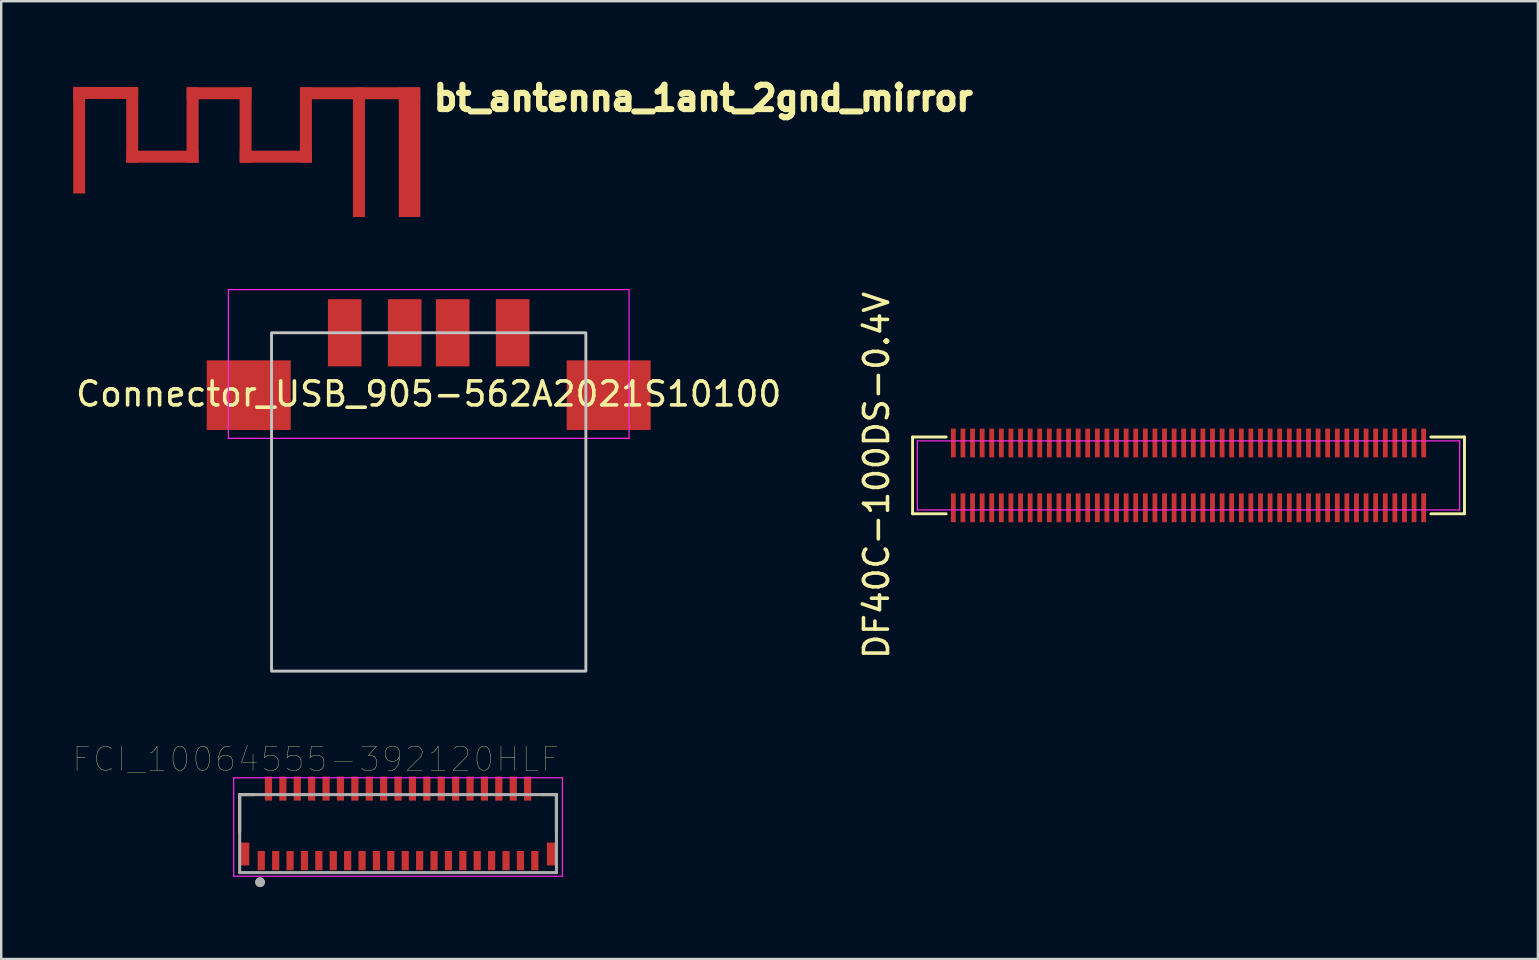
<source format=kicad_pcb>
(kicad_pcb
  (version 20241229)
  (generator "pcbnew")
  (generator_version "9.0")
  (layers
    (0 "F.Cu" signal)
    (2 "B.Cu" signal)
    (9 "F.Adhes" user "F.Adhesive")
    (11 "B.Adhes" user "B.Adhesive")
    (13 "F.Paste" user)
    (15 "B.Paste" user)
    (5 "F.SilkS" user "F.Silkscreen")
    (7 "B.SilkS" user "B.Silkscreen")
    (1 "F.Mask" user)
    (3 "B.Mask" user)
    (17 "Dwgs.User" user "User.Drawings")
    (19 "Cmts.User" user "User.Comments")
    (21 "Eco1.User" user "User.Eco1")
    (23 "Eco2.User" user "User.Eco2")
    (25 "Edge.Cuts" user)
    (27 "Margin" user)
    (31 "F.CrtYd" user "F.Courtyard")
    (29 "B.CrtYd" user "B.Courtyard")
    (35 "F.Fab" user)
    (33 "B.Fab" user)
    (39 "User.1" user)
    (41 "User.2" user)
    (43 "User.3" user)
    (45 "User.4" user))
  (footprint "bt_antenna_1ant_2gnd_mirror"
    (layer "F.Cu")
    (at 8.607 5.485)
    (property "Reference" "bt_antenna_1ant_2gnd_mirror" (at 17.653 -4.445 0) (layer "F.SilkS") (effects (font (size 1.016 1.016) (thickness 0.254))))
    (attr through_hole)
    (pad "0" smd rect (at -8.357 -2.692) (size 0.5 4.44) (layers "F.Cu"))
    (pad "0" smd rect (at -7.252 -4.661 90) (size 0.5 2.7) (layers "F.Cu"))
    (pad "0" smd rect (at -6.147 -3.327) (size 0.5 3.14) (layers "F.Cu"))
    (pad "0" smd rect (at -4.889 -2.007 90) (size 0.5 3) (layers "F.Cu"))
    (pad "0" smd rect (at -3.632 -3.327) (size 0.5 3.14) (layers "F.Cu"))
    (pad "0" smd rect (at -2.527 -4.648 90) (size 0.5 2.7) (layers "F.Cu"))
    (pad "0" smd rect (at -1.422 -3.327) (size 0.5 3.14) (layers "F.Cu"))
    (pad "0" smd rect (at -0.165 -2.007 90) (size 0.5 3) (layers "F.Cu"))
    (pad "0" smd rect (at 1.092 -3.327) (size 0.5 3.14) (layers "F.Cu"))
    (pad "0" smd rect (at 3.353 -4.648 90) (size 0.5 5) (layers "F.Cu"))
    (pad "1" smd rect (at 3.302 -2.192) (size 0.5 5.4) (layers "F.Cu"))
    (pad "2" smd rect (at 5.41 -2.192) (size 0.9 5.4) (layers "F.Cu")))
  (footprint "Connector_USB_905-562A2021S10100"
    (layer "F.Cu")
    (at 14.815 10.818)
    (property "Reference" "Connector_USB_905-562A2021S10100" (at 0 2.55 0) (layer "F.SilkS") (effects (font (size 1 1) (thickness 0.15))))
    (attr through_hole)
    (fp_rect (start -6.55 0) (end 6.55 14.1) (stroke (width 0.12) (type solid)) (fill no) (layer "Dwgs.User"))
    (fp_line (start -8.35 -1.8) (end -8.35 4.4) (stroke (width 0.05) (type solid)) (layer "F.CrtYd"))
    (fp_line (start -8.35 -1.8) (end 8.35 -1.8) (stroke (width 0.05) (type solid)) (layer "F.CrtYd"))
    (fp_line (start -8.35 4.4) (end 8.35 4.4) (stroke (width 0.05) (type solid)) (layer "F.CrtYd"))
    (fp_line (start 8.35 -1.8) (end 8.35 4.4) (stroke (width 0.05) (type solid)) (layer "F.CrtYd"))
    (pad "1" smd rect (at -3.5 0) (size 1.4 2.8) (layers "F.Cu" "F.Mask" "F.Paste"))
    (pad "2" smd rect (at -1 0) (size 1.4 2.8) (layers "F.Cu" "F.Mask" "F.Paste"))
    (pad "3" smd rect (at 1 0) (size 1.4 2.8) (layers "F.Cu" "F.Mask" "F.Paste"))
    (pad "4" smd rect (at 3.5 0) (size 1.4 2.8) (layers "F.Cu" "F.Mask" "F.Paste"))
    (pad "5" smd rect (at -7.5 2.6) (size 3.5 2.9) (layers "F.Cu" "F.Mask" "F.Paste"))
    (pad "5" smd rect (at 7.5 2.6) (size 3.5 2.9) (layers "F.Cu" "F.Mask" "F.Paste")))
  (footprint "DF40C-100DS-0.4V"
    (layer "F.Cu")
    (at 46.479 16.761)
    (property "Reference" "DF40C-100DS-0.4V" (at -13 0 90) (layer "F.SilkS") (effects (font (size 1 1) (thickness 0.15))))
    (attr smd)
    (fp_line (start -11.5 -1.6) (end -10.1 -1.6) (stroke (width 0.12) (type default)) (layer "F.SilkS"))
    (fp_line (start -11.5 1.6) (end -11.5 -1.6) (stroke (width 0.12) (type default)) (layer "F.SilkS"))
    (fp_line (start -10.1 1.6) (end -11.5 1.6) (stroke (width 0.12) (type default)) (layer "F.SilkS"))
    (fp_line (start 10.1 -1.6) (end 11.5 -1.6) (stroke (width 0.12) (type default)) (layer "F.SilkS"))
    (fp_line (start 11.5 -1.6) (end 11.5 1.6) (stroke (width 0.12) (type default)) (layer "F.SilkS"))
    (fp_line (start 11.5 1.6) (end 10.1 1.6) (stroke (width 0.12) (type default)) (layer "F.SilkS"))
    (fp_line (start -11.3 -1.44) (end 11.3 -1.44) (stroke (width 0.05) (type default)) (layer "F.CrtYd"))
    (fp_line (start -11.3 1.44) (end -11.3 -1.44) (stroke (width 0.05) (type default)) (layer "F.CrtYd"))
    (fp_line (start 11.3 -1.44) (end 11.3 1.44) (stroke (width 0.05) (type default)) (layer "F.CrtYd"))
    (fp_line (start 11.3 1.44) (end -11.3 1.44) (stroke (width 0.05) (type default)) (layer "F.CrtYd"))
    (pad "1" smd rect (at -9.8 1.35) (size 0.2 1.2) (layers "F.Cu" "F.Mask" "F.Paste"))
    (pad "2" smd rect (at -9.4 1.35) (size 0.2 1.2) (layers "F.Cu" "F.Mask" "F.Paste"))
    (pad "3" smd rect (at -9 1.35) (size 0.2 1.2) (layers "F.Cu" "F.Mask" "F.Paste"))
    (pad "4" smd rect (at -8.6 1.35) (size 0.2 1.2) (layers "F.Cu" "F.Mask" "F.Paste"))
    (pad "5" smd rect (at -8.2 1.35) (size 0.2 1.2) (layers "F.Cu" "F.Mask" "F.Paste"))
    (pad "6" smd rect (at -7.8 1.35) (size 0.2 1.2) (layers "F.Cu" "F.Mask" "F.Paste"))
    (pad "7" smd rect (at -7.4 1.35) (size 0.2 1.2) (layers "F.Cu" "F.Mask" "F.Paste"))
    (pad "8" smd rect (at -7 1.35) (size 0.2 1.2) (layers "F.Cu" "F.Mask" "F.Paste"))
    (pad "9" smd rect (at -6.6 1.35) (size 0.2 1.2) (layers "F.Cu" "F.Mask" "F.Paste"))
    (pad "10" smd rect (at -6.2 1.35) (size 0.2 1.2) (layers "F.Cu" "F.Mask" "F.Paste"))
    (pad "11" smd rect (at -5.8 1.35) (size 0.2 1.2) (layers "F.Cu" "F.Mask" "F.Paste"))
    (pad "12" smd rect (at -5.4 1.35) (size 0.2 1.2) (layers "F.Cu" "F.Mask" "F.Paste"))
    (pad "13" smd rect (at -5 1.35) (size 0.2 1.2) (layers "F.Cu" "F.Mask" "F.Paste"))
    (pad "14" smd rect (at -4.6 1.35) (size 0.2 1.2) (layers "F.Cu" "F.Mask" "F.Paste"))
    (pad "15" smd rect (at -4.2 1.35) (size 0.2 1.2) (layers "F.Cu" "F.Mask" "F.Paste"))
    (pad "16" smd rect (at -3.8 1.35) (size 0.2 1.2) (layers "F.Cu" "F.Mask" "F.Paste"))
    (pad "17" smd rect (at -3.4 1.35) (size 0.2 1.2) (layers "F.Cu" "F.Mask" "F.Paste"))
    (pad "18" smd rect (at -3 1.35) (size 0.2 1.2) (layers "F.Cu" "F.Mask" "F.Paste"))
    (pad "19" smd rect (at -2.6 1.35) (size 0.2 1.2) (layers "F.Cu" "F.Mask" "F.Paste"))
    (pad "20" smd rect (at -2.2 1.35) (size 0.2 1.2) (layers "F.Cu" "F.Mask" "F.Paste"))
    (pad "21" smd rect (at -1.8 1.35) (size 0.2 1.2) (layers "F.Cu" "F.Mask" "F.Paste"))
    (pad "22" smd rect (at -1.4 1.35) (size 0.2 1.2) (layers "F.Cu" "F.Mask" "F.Paste"))
    (pad "23" smd rect (at -1 1.35) (size 0.2 1.2) (layers "F.Cu" "F.Mask" "F.Paste"))
    (pad "24" smd rect (at -0.6 1.35) (size 0.2 1.2) (layers "F.Cu" "F.Mask" "F.Paste"))
    (pad "25" smd rect (at -0.2 1.35) (size 0.2 1.2) (layers "F.Cu" "F.Mask" "F.Paste"))
    (pad "26" smd rect (at 0.2 1.35) (size 0.2 1.2) (layers "F.Cu" "F.Mask" "F.Paste"))
    (pad "27" smd rect (at 0.6 1.35) (size 0.2 1.2) (layers "F.Cu" "F.Mask" "F.Paste"))
    (pad "28" smd rect (at 1 1.35) (size 0.2 1.2) (layers "F.Cu" "F.Mask" "F.Paste"))
    (pad "29" smd rect (at 1.4 1.35) (size 0.2 1.2) (layers "F.Cu" "F.Mask" "F.Paste"))
    (pad "30" smd rect (at 1.8 1.35) (size 0.2 1.2) (layers "F.Cu" "F.Mask" "F.Paste"))
    (pad "31" smd rect (at 2.2 1.35) (size 0.2 1.2) (layers "F.Cu" "F.Mask" "F.Paste"))
    (pad "32" smd rect (at 2.6 1.35) (size 0.2 1.2) (layers "F.Cu" "F.Mask" "F.Paste"))
    (pad "33" smd rect (at 3 1.35) (size 0.2 1.2) (layers "F.Cu" "F.Mask" "F.Paste"))
    (pad "34" smd rect (at 3.4 1.35) (size 0.2 1.2) (layers "F.Cu" "F.Mask" "F.Paste"))
    (pad "35" smd rect (at 3.8 1.35) (size 0.2 1.2) (layers "F.Cu" "F.Mask" "F.Paste"))
    (pad "36" smd rect (at 4.2 1.35) (size 0.2 1.2) (layers "F.Cu" "F.Mask" "F.Paste"))
    (pad "37" smd rect (at 4.6 1.35) (size 0.2 1.2) (layers "F.Cu" "F.Mask" "F.Paste"))
    (pad "38" smd rect (at 5 1.35) (size 0.2 1.2) (layers "F.Cu" "F.Mask" "F.Paste"))
    (pad "39" smd rect (at 5.4 1.35) (size 0.2 1.2) (layers "F.Cu" "F.Mask" "F.Paste"))
    (pad "40" smd rect (at 5.8 1.35) (size 0.2 1.2) (layers "F.Cu" "F.Mask" "F.Paste"))
    (pad "41" smd rect (at 6.2 1.35) (size 0.2 1.2) (layers "F.Cu" "F.Mask" "F.Paste"))
    (pad "42" smd rect (at 6.6 1.35) (size 0.2 1.2) (layers "F.Cu" "F.Mask" "F.Paste"))
    (pad "43" smd rect (at 7 1.35) (size 0.2 1.2) (layers "F.Cu" "F.Mask" "F.Paste"))
    (pad "44" smd rect (at 7.4 1.35) (size 0.2 1.2) (layers "F.Cu" "F.Mask" "F.Paste"))
    (pad "45" smd rect (at 7.8 1.35) (size 0.2 1.2) (layers "F.Cu" "F.Mask" "F.Paste"))
    (pad "46" smd rect (at 8.2 1.35) (size 0.2 1.2) (layers "F.Cu" "F.Mask" "F.Paste"))
    (pad "47" smd rect (at 8.6 1.35) (size 0.2 1.2) (layers "F.Cu" "F.Mask" "F.Paste"))
    (pad "48" smd rect (at 9 1.35) (size 0.2 1.2) (layers "F.Cu" "F.Mask" "F.Paste"))
    (pad "49" smd rect (at 9.4 1.35) (size 0.2 1.2) (layers "F.Cu" "F.Mask" "F.Paste"))
    (pad "50" smd rect (at 9.8 1.35) (size 0.2 1.2) (layers "F.Cu" "F.Mask" "F.Paste"))
    (pad "51" smd rect (at 9.8 -1.35) (size 0.2 1.2) (layers "F.Cu" "F.Mask" "F.Paste"))
    (pad "52" smd rect (at 9.4 -1.35) (size 0.2 1.2) (layers "F.Cu" "F.Mask" "F.Paste"))
    (pad "53" smd rect (at 9 -1.35) (size 0.2 1.2) (layers "F.Cu" "F.Mask" "F.Paste"))
    (pad "54" smd rect (at 8.6 -1.35) (size 0.2 1.2) (layers "F.Cu" "F.Mask" "F.Paste"))
    (pad "55" smd rect (at 8.2 -1.35) (size 0.2 1.2) (layers "F.Cu" "F.Mask" "F.Paste"))
    (pad "56" smd rect (at 7.8 -1.35) (size 0.2 1.2) (layers "F.Cu" "F.Mask" "F.Paste"))
    (pad "57" smd rect (at 7.4 -1.35) (size 0.2 1.2) (layers "F.Cu" "F.Mask" "F.Paste"))
    (pad "58" smd rect (at 7 -1.35) (size 0.2 1.2) (layers "F.Cu" "F.Mask" "F.Paste"))
    (pad "59" smd rect (at 6.6 -1.35) (size 0.2 1.2) (layers "F.Cu" "F.Mask" "F.Paste"))
    (pad "60" smd rect (at 6.2 -1.35) (size 0.2 1.2) (layers "F.Cu" "F.Mask" "F.Paste"))
    (pad "61" smd rect (at 5.8 -1.35) (size 0.2 1.2) (layers "F.Cu" "F.Mask" "F.Paste"))
    (pad "62" smd rect (at 5.4 -1.35) (size 0.2 1.2) (layers "F.Cu" "F.Mask" "F.Paste"))
    (pad "63" smd rect (at 5 -1.35) (size 0.2 1.2) (layers "F.Cu" "F.Mask" "F.Paste"))
    (pad "64" smd rect (at 4.6 -1.35) (size 0.2 1.2) (layers "F.Cu" "F.Mask" "F.Paste"))
    (pad "65" smd rect (at 4.2 -1.35) (size 0.2 1.2) (layers "F.Cu" "F.Mask" "F.Paste"))
    (pad "66" smd rect (at 3.8 -1.35) (size 0.2 1.2) (layers "F.Cu" "F.Mask" "F.Paste"))
    (pad "67" smd rect (at 3.4 -1.35) (size 0.2 1.2) (layers "F.Cu" "F.Mask" "F.Paste"))
    (pad "68" smd rect (at 3 -1.35) (size 0.2 1.2) (layers "F.Cu" "F.Mask" "F.Paste"))
    (pad "69" smd rect (at 2.6 -1.35) (size 0.2 1.2) (layers "F.Cu" "F.Mask" "F.Paste"))
    (pad "70" smd rect (at 2.2 -1.35) (size 0.2 1.2) (layers "F.Cu" "F.Mask" "F.Paste"))
    (pad "71" smd rect (at 1.8 -1.35) (size 0.2 1.2) (layers "F.Cu" "F.Mask" "F.Paste"))
    (pad "72" smd rect (at 1.4 -1.35) (size 0.2 1.2) (layers "F.Cu" "F.Mask" "F.Paste"))
    (pad "73" smd rect (at 1 -1.35) (size 0.2 1.2) (layers "F.Cu" "F.Mask" "F.Paste"))
    (pad "74" smd rect (at 0.6 -1.35) (size 0.2 1.2) (layers "F.Cu" "F.Mask" "F.Paste"))
    (pad "75" smd rect (at 0.2 -1.35) (size 0.2 1.2) (layers "F.Cu" "F.Mask" "F.Paste"))
    (pad "76" smd rect (at -0.2 -1.35) (size 0.2 1.2) (layers "F.Cu" "F.Mask" "F.Paste"))
    (pad "77" smd rect (at -0.6 -1.35) (size 0.2 1.2) (layers "F.Cu" "F.Mask" "F.Paste"))
    (pad "78" smd rect (at -1 -1.35) (size 0.2 1.2) (layers "F.Cu" "F.Mask" "F.Paste"))
    (pad "79" smd rect (at -1.4 -1.35) (size 0.2 1.2) (layers "F.Cu" "F.Mask" "F.Paste"))
    (pad "80" smd rect (at -1.8 -1.35) (size 0.2 1.2) (layers "F.Cu" "F.Mask" "F.Paste"))
    (pad "81" smd rect (at -2.2 -1.35) (size 0.2 1.2) (layers "F.Cu" "F.Mask" "F.Paste"))
    (pad "82" smd rect (at -2.6 -1.35) (size 0.2 1.2) (layers "F.Cu" "F.Mask" "F.Paste"))
    (pad "83" smd rect (at -3 -1.35) (size 0.2 1.2) (layers "F.Cu" "F.Mask" "F.Paste"))
    (pad "84" smd rect (at -3.4 -1.35) (size 0.2 1.2) (layers "F.Cu" "F.Mask" "F.Paste"))
    (pad "85" smd rect (at -3.8 -1.35) (size 0.2 1.2) (layers "F.Cu" "F.Mask" "F.Paste"))
    (pad "86" smd rect (at -4.2 -1.35) (size 0.2 1.2) (layers "F.Cu" "F.Mask" "F.Paste"))
    (pad "87" smd rect (at -4.6 -1.35) (size 0.2 1.2) (layers "F.Cu" "F.Mask" "F.Paste"))
    (pad "88" smd rect (at -5 -1.35) (size 0.2 1.2) (layers "F.Cu" "F.Mask" "F.Paste"))
    (pad "89" smd rect (at -5.4 -1.35) (size 0.2 1.2) (layers "F.Cu" "F.Mask" "F.Paste"))
    (pad "90" smd rect (at -5.8 -1.35) (size 0.2 1.2) (layers "F.Cu" "F.Mask" "F.Paste"))
    (pad "91" smd rect (at -6.2 -1.35) (size 0.2 1.2) (layers "F.Cu" "F.Mask" "F.Paste"))
    (pad "92" smd rect (at -6.6 -1.35) (size 0.2 1.2) (layers "F.Cu" "F.Mask" "F.Paste"))
    (pad "93" smd rect (at -7 -1.35) (size 0.2 1.2) (layers "F.Cu" "F.Mask" "F.Paste"))
    (pad "94" smd rect (at -7.4 -1.35) (size 0.2 1.2) (layers "F.Cu" "F.Mask" "F.Paste"))
    (pad "95" smd rect (at -7.8 -1.35) (size 0.2 1.2) (layers "F.Cu" "F.Mask" "F.Paste"))
    (pad "96" smd rect (at -8.2 -1.35) (size 0.2 1.2) (layers "F.Cu" "F.Mask" "F.Paste"))
    (pad "97" smd rect (at -8.6 -1.35) (size 0.2 1.2) (layers "F.Cu" "F.Mask" "F.Paste"))
    (pad "98" smd rect (at -9 -1.35) (size 0.2 1.2) (layers "F.Cu" "F.Mask" "F.Paste"))
    (pad "99" smd rect (at -9.4 -1.35) (size 0.2 1.2) (layers "F.Cu" "F.Mask" "F.Paste"))
    (pad "100" smd rect (at -9.8 -1.35) (size 0.2 1.2) (layers "F.Cu" "F.Mask" "F.Paste")))
  (footprint "FCI_10064555-392120HLF"
    (layer "F.Cu")
    (at 13.538 31.414)
    (property "Reference" "FCI_10064555-392120HLF" (at -3.425 -2.825 0) (layer "F.SilkS") (effects (font (size 1 1) (thickness 0.015))))
    (fp_line (start -6.6 -1.35) (end -6 -1.35) (stroke (width 0.127) (type solid)) (layer "F.SilkS"))
    (fp_line (start -6.6 0.2) (end -6.6 -1.35) (stroke (width 0.127) (type solid)) (layer "F.SilkS"))
    (fp_line (start 6.6 -1.35) (end 6 -1.35) (stroke (width 0.127) (type solid)) (layer "F.SilkS"))
    (fp_line (start 6.6 0.2) (end 6.6 -1.35) (stroke (width 0.127) (type solid)) (layer "F.SilkS"))
    (fp_circle (center -5.75 2.3) (end -5.65 2.3) (stroke (width 0.2) (type solid)) (fill no) (layer "F.SilkS"))
    (fp_line (start -6.85 -2.05) (end 6.85 -2.05) (stroke (width 0.05) (type solid)) (layer "F.CrtYd"))
    (fp_line (start -6.85 2.05) (end -6.85 -2.05) (stroke (width 0.05) (type solid)) (layer "F.CrtYd"))
    (fp_line (start 6.85 -2.05) (end 6.85 2.05) (stroke (width 0.05) (type solid)) (layer "F.CrtYd"))
    (fp_line (start 6.85 2.05) (end -6.85 2.05) (stroke (width 0.05) (type solid)) (layer "F.CrtYd"))
    (fp_line (start -6.6 -1.35) (end 6.6 -1.35) (stroke (width 0.127) (type solid)) (layer "F.Fab"))
    (fp_line (start -6.6 1.9) (end -6.6 -1.35) (stroke (width 0.127) (type solid)) (layer "F.Fab"))
    (fp_line (start 6.6 -1.35) (end 6.6 1.9) (stroke (width 0.127) (type solid)) (layer "F.Fab"))
    (fp_line (start 6.6 1.9) (end -6.6 1.9) (stroke (width 0.127) (type solid)) (layer "F.Fab"))
    (fp_circle (center -5.75 2.3) (end -5.65 2.3) (stroke (width 0.2) (type solid)) (fill no) (layer "F.Fab"))
    (pad "1" smd rect (at 5.7 1.4) (size 0.3 0.8) (layers "F.Cu" "F.Mask" "F.Paste"))
    (pad "2" smd rect (at 5.4 -1.6) (size 0.3 1) (layers "F.Cu" "F.Mask" "F.Paste"))
    (pad "3" smd rect (at 5.1 1.4) (size 0.3 0.8) (layers "F.Cu" "F.Mask" "F.Paste"))
    (pad "4" smd rect (at 4.8 -1.6) (size 0.3 1) (layers "F.Cu" "F.Mask" "F.Paste"))
    (pad "5" smd rect (at 4.5 1.4) (size 0.3 0.8) (layers "F.Cu" "F.Mask" "F.Paste"))
    (pad "6" smd rect (at 4.2 -1.6) (size 0.3 1) (layers "F.Cu" "F.Mask" "F.Paste"))
    (pad "7" smd rect (at 3.9 1.4) (size 0.3 0.8) (layers "F.Cu" "F.Mask" "F.Paste"))
    (pad "8" smd rect (at 3.6 -1.6) (size 0.3 1) (layers "F.Cu" "F.Mask" "F.Paste"))
    (pad "9" smd rect (at 3.3 1.4) (size 0.3 0.8) (layers "F.Cu" "F.Mask" "F.Paste"))
    (pad "10" smd rect (at 3 -1.6) (size 0.3 1) (layers "F.Cu" "F.Mask" "F.Paste"))
    (pad "11" smd rect (at 2.7 1.4) (size 0.3 0.8) (layers "F.Cu" "F.Mask" "F.Paste"))
    (pad "12" smd rect (at 2.4 -1.6) (size 0.3 1) (layers "F.Cu" "F.Mask" "F.Paste"))
    (pad "13" smd rect (at 2.1 1.4) (size 0.3 0.8) (layers "F.Cu" "F.Mask" "F.Paste"))
    (pad "14" smd rect (at 1.8 -1.6) (size 0.3 1) (layers "F.Cu" "F.Mask" "F.Paste"))
    (pad "15" smd rect (at 1.5 1.4) (size 0.3 0.8) (layers "F.Cu" "F.Mask" "F.Paste"))
    (pad "16" smd rect (at 1.2 -1.6) (size 0.3 1) (layers "F.Cu" "F.Mask" "F.Paste"))
    (pad "17" smd rect (at 0.9 1.4) (size 0.3 0.8) (layers "F.Cu" "F.Mask" "F.Paste"))
    (pad "18" smd rect (at 0.6 -1.6) (size 0.3 1) (layers "F.Cu" "F.Mask" "F.Paste"))
    (pad "19" smd rect (at 0.3 1.4) (size 0.3 0.8) (layers "F.Cu" "F.Mask" "F.Paste"))
    (pad "20" smd rect (at 0 -1.6) (size 0.3 1) (layers "F.Cu" "F.Mask" "F.Paste"))
    (pad "21" smd rect (at -0.3 1.4) (size 0.3 0.8) (layers "F.Cu" "F.Mask" "F.Paste"))
    (pad "22" smd rect (at -0.6 -1.6) (size 0.3 1) (layers "F.Cu" "F.Mask" "F.Paste"))
    (pad "23" smd rect (at -0.9 1.4) (size 0.3 0.8) (layers "F.Cu" "F.Mask" "F.Paste"))
    (pad "24" smd rect (at -1.2 -1.6) (size 0.3 1) (layers "F.Cu" "F.Mask" "F.Paste"))
    (pad "25" smd rect (at -1.5 1.4) (size 0.3 0.8) (layers "F.Cu" "F.Mask" "F.Paste"))
    (pad "26" smd rect (at -1.8 -1.6) (size 0.3 1) (layers "F.Cu" "F.Mask" "F.Paste"))
    (pad "27" smd rect (at -2.1 1.4) (size 0.3 0.8) (layers "F.Cu" "F.Mask" "F.Paste"))
    (pad "28" smd rect (at -2.4 -1.6) (size 0.3 1) (layers "F.Cu" "F.Mask" "F.Paste"))
    (pad "29" smd rect (at -2.7 1.4) (size 0.3 0.8) (layers "F.Cu" "F.Mask" "F.Paste"))
    (pad "30" smd rect (at -3 -1.6) (size 0.3 1) (layers "F.Cu" "F.Mask" "F.Paste"))
    (pad "31" smd rect (at -3.3 1.4) (size 0.3 0.8) (layers "F.Cu" "F.Mask" "F.Paste"))
    (pad "32" smd rect (at -3.6 -1.6) (size 0.3 1) (layers "F.Cu" "F.Mask" "F.Paste"))
    (pad "33" smd rect (at -3.9 1.4) (size 0.3 0.8) (layers "F.Cu" "F.Mask" "F.Paste"))
    (pad "34" smd rect (at -4.2 -1.6) (size 0.3 1) (layers "F.Cu" "F.Mask" "F.Paste"))
    (pad "35" smd rect (at -4.5 1.4) (size 0.3 0.8) (layers "F.Cu" "F.Mask" "F.Paste"))
    (pad "36" smd rect (at -4.8 -1.6) (size 0.3 1) (layers "F.Cu" "F.Mask" "F.Paste"))
    (pad "37" smd rect (at -5.1 1.4) (size 0.3 0.8) (layers "F.Cu" "F.Mask" "F.Paste"))
    (pad "38" smd rect (at -5.4 -1.6) (size 0.3 1) (layers "F.Cu" "F.Mask" "F.Paste"))
    (pad "39" smd rect (at -5.7 1.4) (size 0.3 0.8) (layers "F.Cu" "F.Mask" "F.Paste"))
    (pad "MP" smd rect (at -6.4 1.125) (size 0.4 0.95) (layers "F.Cu" "F.Mask" "F.Paste"))
    (pad "MP" smd rect (at 6.4 1.125) (size 0.4 0.95) (layers "F.Cu" "F.Mask" "F.Paste")))
  (gr_rect
    (start -3 -3)
    (end 61.039 36.914)
    (stroke (width 0.1) (type default))
    (fill no)
    (layer "Edge.Cuts")))
</source>
